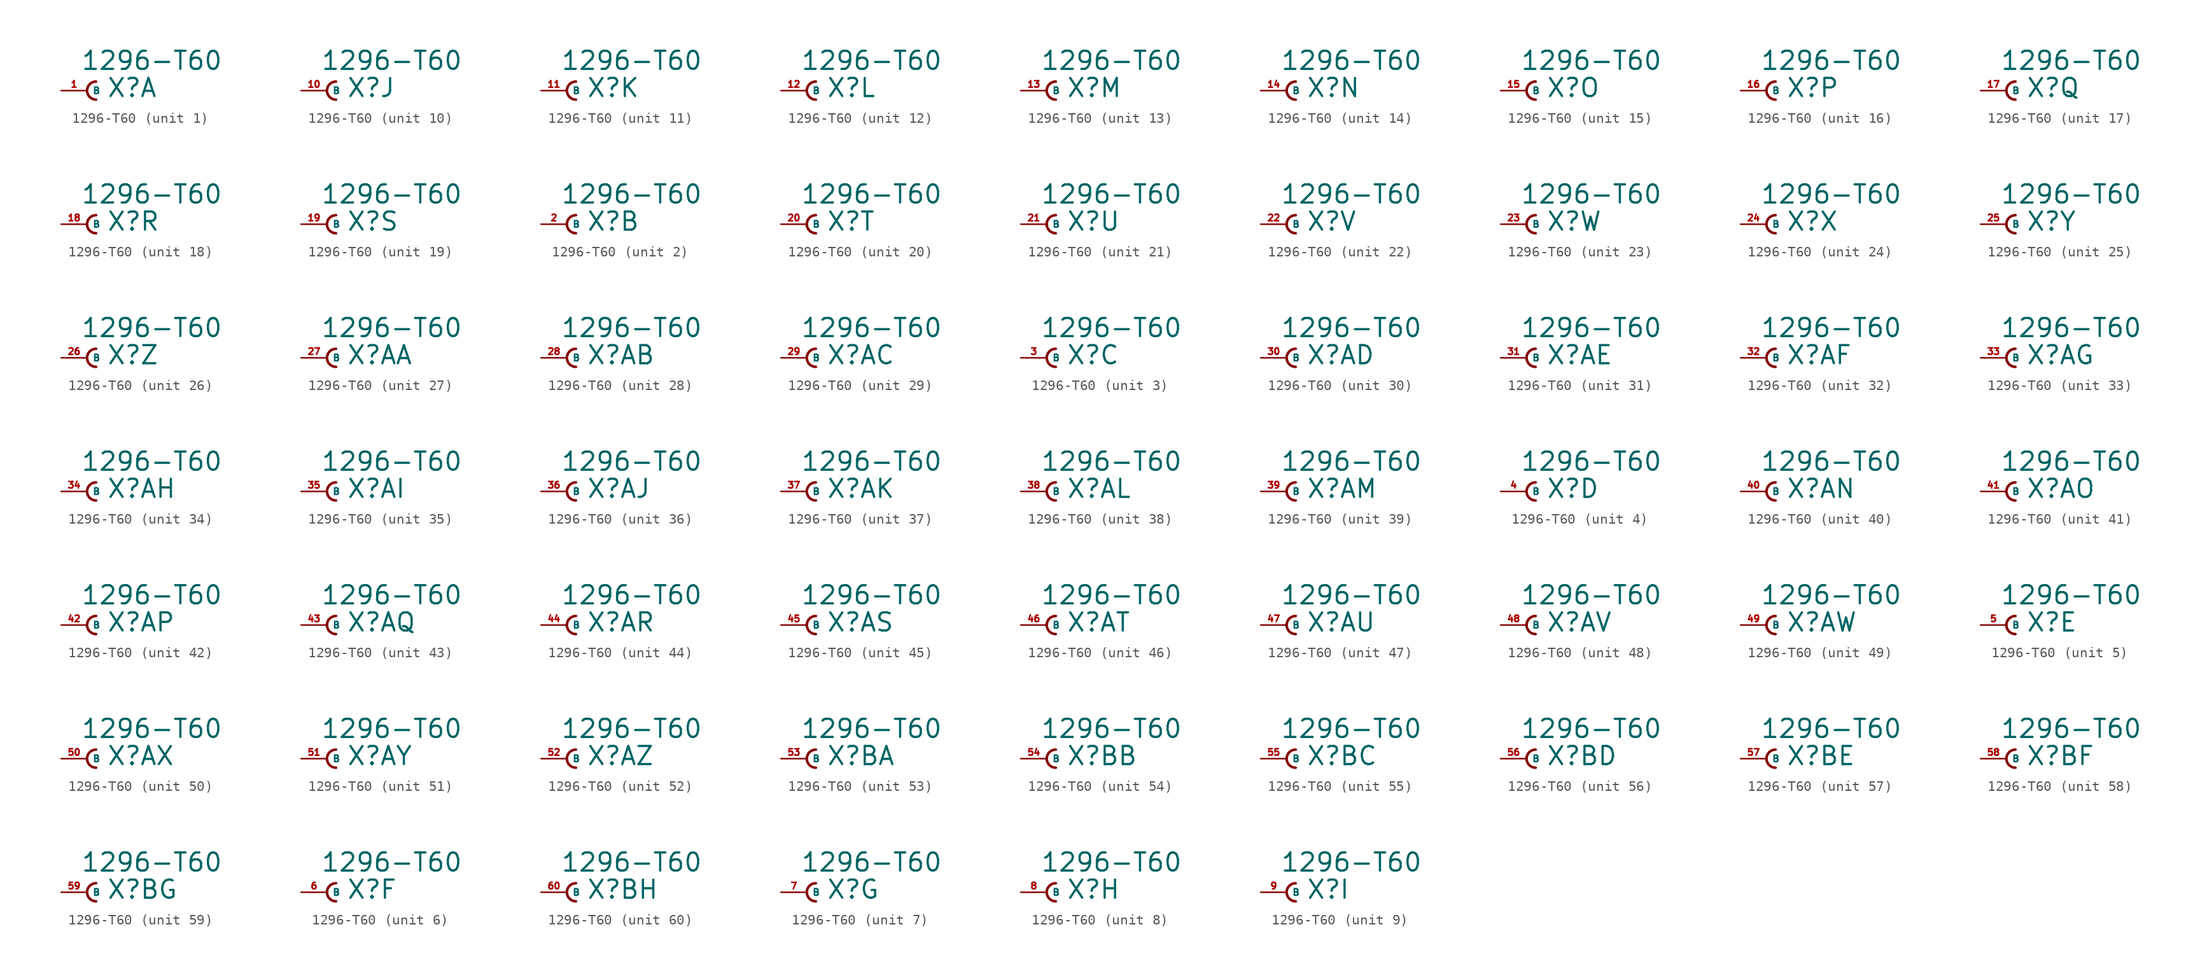
<source format=kicad_sym>
(kicad_symbol_lib
  (version 20220914)
  (generator Eagle2Kicad)
  (symbol "1296-T60"
    (property "Reference" "X"
      (at 1.905 -0.762 0)
      (effects (font (size 1.778 1.778) (thickness 0.22)) (justify left bottom)))
    (property "Value" "1296-T60"
      (at -0.635 1.905 0)
      (effects (font (size 1.778 1.778) (thickness 0.22)) (justify left bottom)))
    (symbol "1296-T60_1_0"
      (arc (start 0.889 0.889) (mid 0.000 0.000) (end 0.889 -0.889) (stroke (width 0.254) (type default)) (fill (type none)))
      (pin passive line (at -2.54 0 0) (length 2.54) (name "B" (effects (font (size 0.635 0.635) (thickness 0.08)) (justify left bottom))) (number "1" (effects (font (size 0.635 0.635) (thickness 0.08)) (justify left bottom)))))
    (symbol "1296-T60_2_0"
      (arc (start 0.889 0.889) (mid 0.000 0.000) (end 0.889 -0.889) (stroke (width 0.254) (type default)) (fill (type none)))
      (pin passive line (at -2.54 0 0) (length 2.54) (name "B" (effects (font (size 0.635 0.635) (thickness 0.08)) (justify left bottom))) (number "2" (effects (font (size 0.635 0.635) (thickness 0.08)) (justify left bottom)))))
    (symbol "1296-T60_3_0"
      (arc (start 0.889 0.889) (mid 0.000 0.000) (end 0.889 -0.889) (stroke (width 0.254) (type default)) (fill (type none)))
      (pin passive line (at -2.54 0 0) (length 2.54) (name "B" (effects (font (size 0.635 0.635) (thickness 0.08)) (justify left bottom))) (number "3" (effects (font (size 0.635 0.635) (thickness 0.08)) (justify left bottom)))))
    (symbol "1296-T60_4_0"
      (arc (start 0.889 0.889) (mid 0.000 0.000) (end 0.889 -0.889) (stroke (width 0.254) (type default)) (fill (type none)))
      (pin passive line (at -2.54 0 0) (length 2.54) (name "B" (effects (font (size 0.635 0.635) (thickness 0.08)) (justify left bottom))) (number "4" (effects (font (size 0.635 0.635) (thickness 0.08)) (justify left bottom)))))
    (symbol "1296-T60_5_0"
      (arc (start 0.889 0.889) (mid 0.000 0.000) (end 0.889 -0.889) (stroke (width 0.254) (type default)) (fill (type none)))
      (pin passive line (at -2.54 0 0) (length 2.54) (name "B" (effects (font (size 0.635 0.635) (thickness 0.08)) (justify left bottom))) (number "5" (effects (font (size 0.635 0.635) (thickness 0.08)) (justify left bottom)))))
    (symbol "1296-T60_6_0"
      (arc (start 0.889 0.889) (mid 0.000 0.000) (end 0.889 -0.889) (stroke (width 0.254) (type default)) (fill (type none)))
      (pin passive line (at -2.54 0 0) (length 2.54) (name "B" (effects (font (size 0.635 0.635) (thickness 0.08)) (justify left bottom))) (number "6" (effects (font (size 0.635 0.635) (thickness 0.08)) (justify left bottom)))))
    (symbol "1296-T60_7_0"
      (arc (start 0.889 0.889) (mid 0.000 0.000) (end 0.889 -0.889) (stroke (width 0.254) (type default)) (fill (type none)))
      (pin passive line (at -2.54 0 0) (length 2.54) (name "B" (effects (font (size 0.635 0.635) (thickness 0.08)) (justify left bottom))) (number "7" (effects (font (size 0.635 0.635) (thickness 0.08)) (justify left bottom)))))
    (symbol "1296-T60_8_0"
      (arc (start 0.889 0.889) (mid 0.000 0.000) (end 0.889 -0.889) (stroke (width 0.254) (type default)) (fill (type none)))
      (pin passive line (at -2.54 0 0) (length 2.54) (name "B" (effects (font (size 0.635 0.635) (thickness 0.08)) (justify left bottom))) (number "8" (effects (font (size 0.635 0.635) (thickness 0.08)) (justify left bottom)))))
    (symbol "1296-T60_9_0"
      (arc (start 0.889 0.889) (mid 0.000 0.000) (end 0.889 -0.889) (stroke (width 0.254) (type default)) (fill (type none)))
      (pin passive line (at -2.54 0 0) (length 2.54) (name "B" (effects (font (size 0.635 0.635) (thickness 0.08)) (justify left bottom))) (number "9" (effects (font (size 0.635 0.635) (thickness 0.08)) (justify left bottom)))))
    (symbol "1296-T60_10_0"
      (arc (start 0.889 0.889) (mid 0.000 0.000) (end 0.889 -0.889) (stroke (width 0.254) (type default)) (fill (type none)))
      (pin passive line (at -2.54 0 0) (length 2.54) (name "B" (effects (font (size 0.635 0.635) (thickness 0.08)) (justify left bottom))) (number "10" (effects (font (size 0.635 0.635) (thickness 0.08)) (justify left bottom)))))
    (symbol "1296-T60_11_0"
      (arc (start 0.889 0.889) (mid 0.000 0.000) (end 0.889 -0.889) (stroke (width 0.254) (type default)) (fill (type none)))
      (pin passive line (at -2.54 0 0) (length 2.54) (name "B" (effects (font (size 0.635 0.635) (thickness 0.08)) (justify left bottom))) (number "11" (effects (font (size 0.635 0.635) (thickness 0.08)) (justify left bottom)))))
    (symbol "1296-T60_12_0"
      (arc (start 0.889 0.889) (mid 0.000 0.000) (end 0.889 -0.889) (stroke (width 0.254) (type default)) (fill (type none)))
      (pin passive line (at -2.54 0 0) (length 2.54) (name "B" (effects (font (size 0.635 0.635) (thickness 0.08)) (justify left bottom))) (number "12" (effects (font (size 0.635 0.635) (thickness 0.08)) (justify left bottom)))))
    (symbol "1296-T60_13_0"
      (arc (start 0.889 0.889) (mid 0.000 0.000) (end 0.889 -0.889) (stroke (width 0.254) (type default)) (fill (type none)))
      (pin passive line (at -2.54 0 0) (length 2.54) (name "B" (effects (font (size 0.635 0.635) (thickness 0.08)) (justify left bottom))) (number "13" (effects (font (size 0.635 0.635) (thickness 0.08)) (justify left bottom)))))
    (symbol "1296-T60_14_0"
      (arc (start 0.889 0.889) (mid 0.000 0.000) (end 0.889 -0.889) (stroke (width 0.254) (type default)) (fill (type none)))
      (pin passive line (at -2.54 0 0) (length 2.54) (name "B" (effects (font (size 0.635 0.635) (thickness 0.08)) (justify left bottom))) (number "14" (effects (font (size 0.635 0.635) (thickness 0.08)) (justify left bottom)))))
    (symbol "1296-T60_15_0"
      (arc (start 0.889 0.889) (mid 0.000 0.000) (end 0.889 -0.889) (stroke (width 0.254) (type default)) (fill (type none)))
      (pin passive line (at -2.54 0 0) (length 2.54) (name "B" (effects (font (size 0.635 0.635) (thickness 0.08)) (justify left bottom))) (number "15" (effects (font (size 0.635 0.635) (thickness 0.08)) (justify left bottom)))))
    (symbol "1296-T60_16_0"
      (arc (start 0.889 0.889) (mid 0.000 0.000) (end 0.889 -0.889) (stroke (width 0.254) (type default)) (fill (type none)))
      (pin passive line (at -2.54 0 0) (length 2.54) (name "B" (effects (font (size 0.635 0.635) (thickness 0.08)) (justify left bottom))) (number "16" (effects (font (size 0.635 0.635) (thickness 0.08)) (justify left bottom)))))
    (symbol "1296-T60_17_0"
      (arc (start 0.889 0.889) (mid 0.000 0.000) (end 0.889 -0.889) (stroke (width 0.254) (type default)) (fill (type none)))
      (pin passive line (at -2.54 0 0) (length 2.54) (name "B" (effects (font (size 0.635 0.635) (thickness 0.08)) (justify left bottom))) (number "17" (effects (font (size 0.635 0.635) (thickness 0.08)) (justify left bottom)))))
    (symbol "1296-T60_18_0"
      (arc (start 0.889 0.889) (mid 0.000 0.000) (end 0.889 -0.889) (stroke (width 0.254) (type default)) (fill (type none)))
      (pin passive line (at -2.54 0 0) (length 2.54) (name "B" (effects (font (size 0.635 0.635) (thickness 0.08)) (justify left bottom))) (number "18" (effects (font (size 0.635 0.635) (thickness 0.08)) (justify left bottom)))))
    (symbol "1296-T60_19_0"
      (arc (start 0.889 0.889) (mid 0.000 0.000) (end 0.889 -0.889) (stroke (width 0.254) (type default)) (fill (type none)))
      (pin passive line (at -2.54 0 0) (length 2.54) (name "B" (effects (font (size 0.635 0.635) (thickness 0.08)) (justify left bottom))) (number "19" (effects (font (size 0.635 0.635) (thickness 0.08)) (justify left bottom)))))
    (symbol "1296-T60_20_0"
      (arc (start 0.889 0.889) (mid 0.000 0.000) (end 0.889 -0.889) (stroke (width 0.254) (type default)) (fill (type none)))
      (pin passive line (at -2.54 0 0) (length 2.54) (name "B" (effects (font (size 0.635 0.635) (thickness 0.08)) (justify left bottom))) (number "20" (effects (font (size 0.635 0.635) (thickness 0.08)) (justify left bottom)))))
    (symbol "1296-T60_21_0"
      (arc (start 0.889 0.889) (mid 0.000 0.000) (end 0.889 -0.889) (stroke (width 0.254) (type default)) (fill (type none)))
      (pin passive line (at -2.54 0 0) (length 2.54) (name "B" (effects (font (size 0.635 0.635) (thickness 0.08)) (justify left bottom))) (number "21" (effects (font (size 0.635 0.635) (thickness 0.08)) (justify left bottom)))))
    (symbol "1296-T60_22_0"
      (arc (start 0.889 0.889) (mid 0.000 0.000) (end 0.889 -0.889) (stroke (width 0.254) (type default)) (fill (type none)))
      (pin passive line (at -2.54 0 0) (length 2.54) (name "B" (effects (font (size 0.635 0.635) (thickness 0.08)) (justify left bottom))) (number "22" (effects (font (size 0.635 0.635) (thickness 0.08)) (justify left bottom)))))
    (symbol "1296-T60_23_0"
      (arc (start 0.889 0.889) (mid 0.000 0.000) (end 0.889 -0.889) (stroke (width 0.254) (type default)) (fill (type none)))
      (pin passive line (at -2.54 0 0) (length 2.54) (name "B" (effects (font (size 0.635 0.635) (thickness 0.08)) (justify left bottom))) (number "23" (effects (font (size 0.635 0.635) (thickness 0.08)) (justify left bottom)))))
    (symbol "1296-T60_24_0"
      (arc (start 0.889 0.889) (mid 0.000 0.000) (end 0.889 -0.889) (stroke (width 0.254) (type default)) (fill (type none)))
      (pin passive line (at -2.54 0 0) (length 2.54) (name "B" (effects (font (size 0.635 0.635) (thickness 0.08)) (justify left bottom))) (number "24" (effects (font (size 0.635 0.635) (thickness 0.08)) (justify left bottom)))))
    (symbol "1296-T60_25_0"
      (arc (start 0.889 0.889) (mid 0.000 0.000) (end 0.889 -0.889) (stroke (width 0.254) (type default)) (fill (type none)))
      (pin passive line (at -2.54 0 0) (length 2.54) (name "B" (effects (font (size 0.635 0.635) (thickness 0.08)) (justify left bottom))) (number "25" (effects (font (size 0.635 0.635) (thickness 0.08)) (justify left bottom)))))
    (symbol "1296-T60_26_0"
      (arc (start 0.889 0.889) (mid 0.000 0.000) (end 0.889 -0.889) (stroke (width 0.254) (type default)) (fill (type none)))
      (pin passive line (at -2.54 0 0) (length 2.54) (name "B" (effects (font (size 0.635 0.635) (thickness 0.08)) (justify left bottom))) (number "26" (effects (font (size 0.635 0.635) (thickness 0.08)) (justify left bottom)))))
    (symbol "1296-T60_27_0"
      (arc (start 0.889 0.889) (mid 0.000 0.000) (end 0.889 -0.889) (stroke (width 0.254) (type default)) (fill (type none)))
      (pin passive line (at -2.54 0 0) (length 2.54) (name "B" (effects (font (size 0.635 0.635) (thickness 0.08)) (justify left bottom))) (number "27" (effects (font (size 0.635 0.635) (thickness 0.08)) (justify left bottom)))))
    (symbol "1296-T60_28_0"
      (arc (start 0.889 0.889) (mid 0.000 0.000) (end 0.889 -0.889) (stroke (width 0.254) (type default)) (fill (type none)))
      (pin passive line (at -2.54 0 0) (length 2.54) (name "B" (effects (font (size 0.635 0.635) (thickness 0.08)) (justify left bottom))) (number "28" (effects (font (size 0.635 0.635) (thickness 0.08)) (justify left bottom)))))
    (symbol "1296-T60_29_0"
      (arc (start 0.889 0.889) (mid 0.000 0.000) (end 0.889 -0.889) (stroke (width 0.254) (type default)) (fill (type none)))
      (pin passive line (at -2.54 0 0) (length 2.54) (name "B" (effects (font (size 0.635 0.635) (thickness 0.08)) (justify left bottom))) (number "29" (effects (font (size 0.635 0.635) (thickness 0.08)) (justify left bottom)))))
    (symbol "1296-T60_30_0"
      (arc (start 0.889 0.889) (mid 0.000 0.000) (end 0.889 -0.889) (stroke (width 0.254) (type default)) (fill (type none)))
      (pin passive line (at -2.54 0 0) (length 2.54) (name "B" (effects (font (size 0.635 0.635) (thickness 0.08)) (justify left bottom))) (number "30" (effects (font (size 0.635 0.635) (thickness 0.08)) (justify left bottom)))))
    (symbol "1296-T60_31_0"
      (arc (start 0.889 0.889) (mid 0.000 0.000) (end 0.889 -0.889) (stroke (width 0.254) (type default)) (fill (type none)))
      (pin passive line (at -2.54 0 0) (length 2.54) (name "B" (effects (font (size 0.635 0.635) (thickness 0.08)) (justify left bottom))) (number "31" (effects (font (size 0.635 0.635) (thickness 0.08)) (justify left bottom)))))
    (symbol "1296-T60_32_0"
      (arc (start 0.889 0.889) (mid 0.000 0.000) (end 0.889 -0.889) (stroke (width 0.254) (type default)) (fill (type none)))
      (pin passive line (at -2.54 0 0) (length 2.54) (name "B" (effects (font (size 0.635 0.635) (thickness 0.08)) (justify left bottom))) (number "32" (effects (font (size 0.635 0.635) (thickness 0.08)) (justify left bottom)))))
    (symbol "1296-T60_33_0"
      (arc (start 0.889 0.889) (mid 0.000 0.000) (end 0.889 -0.889) (stroke (width 0.254) (type default)) (fill (type none)))
      (pin passive line (at -2.54 0 0) (length 2.54) (name "B" (effects (font (size 0.635 0.635) (thickness 0.08)) (justify left bottom))) (number "33" (effects (font (size 0.635 0.635) (thickness 0.08)) (justify left bottom)))))
    (symbol "1296-T60_34_0"
      (arc (start 0.889 0.889) (mid 0.000 0.000) (end 0.889 -0.889) (stroke (width 0.254) (type default)) (fill (type none)))
      (pin passive line (at -2.54 0 0) (length 2.54) (name "B" (effects (font (size 0.635 0.635) (thickness 0.08)) (justify left bottom))) (number "34" (effects (font (size 0.635 0.635) (thickness 0.08)) (justify left bottom)))))
    (symbol "1296-T60_35_0"
      (arc (start 0.889 0.889) (mid 0.000 0.000) (end 0.889 -0.889) (stroke (width 0.254) (type default)) (fill (type none)))
      (pin passive line (at -2.54 0 0) (length 2.54) (name "B" (effects (font (size 0.635 0.635) (thickness 0.08)) (justify left bottom))) (number "35" (effects (font (size 0.635 0.635) (thickness 0.08)) (justify left bottom)))))
    (symbol "1296-T60_36_0"
      (arc (start 0.889 0.889) (mid 0.000 0.000) (end 0.889 -0.889) (stroke (width 0.254) (type default)) (fill (type none)))
      (pin passive line (at -2.54 0 0) (length 2.54) (name "B" (effects (font (size 0.635 0.635) (thickness 0.08)) (justify left bottom))) (number "36" (effects (font (size 0.635 0.635) (thickness 0.08)) (justify left bottom)))))
    (symbol "1296-T60_37_0"
      (arc (start 0.889 0.889) (mid 0.000 0.000) (end 0.889 -0.889) (stroke (width 0.254) (type default)) (fill (type none)))
      (pin passive line (at -2.54 0 0) (length 2.54) (name "B" (effects (font (size 0.635 0.635) (thickness 0.08)) (justify left bottom))) (number "37" (effects (font (size 0.635 0.635) (thickness 0.08)) (justify left bottom)))))
    (symbol "1296-T60_38_0"
      (arc (start 0.889 0.889) (mid 0.000 0.000) (end 0.889 -0.889) (stroke (width 0.254) (type default)) (fill (type none)))
      (pin passive line (at -2.54 0 0) (length 2.54) (name "B" (effects (font (size 0.635 0.635) (thickness 0.08)) (justify left bottom))) (number "38" (effects (font (size 0.635 0.635) (thickness 0.08)) (justify left bottom)))))
    (symbol "1296-T60_39_0"
      (arc (start 0.889 0.889) (mid 0.000 0.000) (end 0.889 -0.889) (stroke (width 0.254) (type default)) (fill (type none)))
      (pin passive line (at -2.54 0 0) (length 2.54) (name "B" (effects (font (size 0.635 0.635) (thickness 0.08)) (justify left bottom))) (number "39" (effects (font (size 0.635 0.635) (thickness 0.08)) (justify left bottom)))))
    (symbol "1296-T60_40_0"
      (arc (start 0.889 0.889) (mid 0.000 0.000) (end 0.889 -0.889) (stroke (width 0.254) (type default)) (fill (type none)))
      (pin passive line (at -2.54 0 0) (length 2.54) (name "B" (effects (font (size 0.635 0.635) (thickness 0.08)) (justify left bottom))) (number "40" (effects (font (size 0.635 0.635) (thickness 0.08)) (justify left bottom)))))
    (symbol "1296-T60_41_0"
      (arc (start 0.889 0.889) (mid 0.000 0.000) (end 0.889 -0.889) (stroke (width 0.254) (type default)) (fill (type none)))
      (pin passive line (at -2.54 0 0) (length 2.54) (name "B" (effects (font (size 0.635 0.635) (thickness 0.08)) (justify left bottom))) (number "41" (effects (font (size 0.635 0.635) (thickness 0.08)) (justify left bottom)))))
    (symbol "1296-T60_42_0"
      (arc (start 0.889 0.889) (mid 0.000 0.000) (end 0.889 -0.889) (stroke (width 0.254) (type default)) (fill (type none)))
      (pin passive line (at -2.54 0 0) (length 2.54) (name "B" (effects (font (size 0.635 0.635) (thickness 0.08)) (justify left bottom))) (number "42" (effects (font (size 0.635 0.635) (thickness 0.08)) (justify left bottom)))))
    (symbol "1296-T60_43_0"
      (arc (start 0.889 0.889) (mid 0.000 0.000) (end 0.889 -0.889) (stroke (width 0.254) (type default)) (fill (type none)))
      (pin passive line (at -2.54 0 0) (length 2.54) (name "B" (effects (font (size 0.635 0.635) (thickness 0.08)) (justify left bottom))) (number "43" (effects (font (size 0.635 0.635) (thickness 0.08)) (justify left bottom)))))
    (symbol "1296-T60_44_0"
      (arc (start 0.889 0.889) (mid 0.000 0.000) (end 0.889 -0.889) (stroke (width 0.254) (type default)) (fill (type none)))
      (pin passive line (at -2.54 0 0) (length 2.54) (name "B" (effects (font (size 0.635 0.635) (thickness 0.08)) (justify left bottom))) (number "44" (effects (font (size 0.635 0.635) (thickness 0.08)) (justify left bottom)))))
    (symbol "1296-T60_45_0"
      (arc (start 0.889 0.889) (mid 0.000 0.000) (end 0.889 -0.889) (stroke (width 0.254) (type default)) (fill (type none)))
      (pin passive line (at -2.54 0 0) (length 2.54) (name "B" (effects (font (size 0.635 0.635) (thickness 0.08)) (justify left bottom))) (number "45" (effects (font (size 0.635 0.635) (thickness 0.08)) (justify left bottom)))))
    (symbol "1296-T60_46_0"
      (arc (start 0.889 0.889) (mid 0.000 0.000) (end 0.889 -0.889) (stroke (width 0.254) (type default)) (fill (type none)))
      (pin passive line (at -2.54 0 0) (length 2.54) (name "B" (effects (font (size 0.635 0.635) (thickness 0.08)) (justify left bottom))) (number "46" (effects (font (size 0.635 0.635) (thickness 0.08)) (justify left bottom)))))
    (symbol "1296-T60_47_0"
      (arc (start 0.889 0.889) (mid 0.000 0.000) (end 0.889 -0.889) (stroke (width 0.254) (type default)) (fill (type none)))
      (pin passive line (at -2.54 0 0) (length 2.54) (name "B" (effects (font (size 0.635 0.635) (thickness 0.08)) (justify left bottom))) (number "47" (effects (font (size 0.635 0.635) (thickness 0.08)) (justify left bottom)))))
    (symbol "1296-T60_48_0"
      (arc (start 0.889 0.889) (mid 0.000 0.000) (end 0.889 -0.889) (stroke (width 0.254) (type default)) (fill (type none)))
      (pin passive line (at -2.54 0 0) (length 2.54) (name "B" (effects (font (size 0.635 0.635) (thickness 0.08)) (justify left bottom))) (number "48" (effects (font (size 0.635 0.635) (thickness 0.08)) (justify left bottom)))))
    (symbol "1296-T60_49_0"
      (arc (start 0.889 0.889) (mid 0.000 0.000) (end 0.889 -0.889) (stroke (width 0.254) (type default)) (fill (type none)))
      (pin passive line (at -2.54 0 0) (length 2.54) (name "B" (effects (font (size 0.635 0.635) (thickness 0.08)) (justify left bottom))) (number "49" (effects (font (size 0.635 0.635) (thickness 0.08)) (justify left bottom)))))
    (symbol "1296-T60_50_0"
      (arc (start 0.889 0.889) (mid 0.000 0.000) (end 0.889 -0.889) (stroke (width 0.254) (type default)) (fill (type none)))
      (pin passive line (at -2.54 0 0) (length 2.54) (name "B" (effects (font (size 0.635 0.635) (thickness 0.08)) (justify left bottom))) (number "50" (effects (font (size 0.635 0.635) (thickness 0.08)) (justify left bottom)))))
    (symbol "1296-T60_51_0"
      (arc (start 0.889 0.889) (mid 0.000 0.000) (end 0.889 -0.889) (stroke (width 0.254) (type default)) (fill (type none)))
      (pin passive line (at -2.54 0 0) (length 2.54) (name "B" (effects (font (size 0.635 0.635) (thickness 0.08)) (justify left bottom))) (number "51" (effects (font (size 0.635 0.635) (thickness 0.08)) (justify left bottom)))))
    (symbol "1296-T60_52_0"
      (arc (start 0.889 0.889) (mid 0.000 0.000) (end 0.889 -0.889) (stroke (width 0.254) (type default)) (fill (type none)))
      (pin passive line (at -2.54 0 0) (length 2.54) (name "B" (effects (font (size 0.635 0.635) (thickness 0.08)) (justify left bottom))) (number "52" (effects (font (size 0.635 0.635) (thickness 0.08)) (justify left bottom)))))
    (symbol "1296-T60_53_0"
      (arc (start 0.889 0.889) (mid 0.000 0.000) (end 0.889 -0.889) (stroke (width 0.254) (type default)) (fill (type none)))
      (pin passive line (at -2.54 0 0) (length 2.54) (name "B" (effects (font (size 0.635 0.635) (thickness 0.08)) (justify left bottom))) (number "53" (effects (font (size 0.635 0.635) (thickness 0.08)) (justify left bottom)))))
    (symbol "1296-T60_54_0"
      (arc (start 0.889 0.889) (mid 0.000 0.000) (end 0.889 -0.889) (stroke (width 0.254) (type default)) (fill (type none)))
      (pin passive line (at -2.54 0 0) (length 2.54) (name "B" (effects (font (size 0.635 0.635) (thickness 0.08)) (justify left bottom))) (number "54" (effects (font (size 0.635 0.635) (thickness 0.08)) (justify left bottom)))))
    (symbol "1296-T60_55_0"
      (arc (start 0.889 0.889) (mid 0.000 0.000) (end 0.889 -0.889) (stroke (width 0.254) (type default)) (fill (type none)))
      (pin passive line (at -2.54 0 0) (length 2.54) (name "B" (effects (font (size 0.635 0.635) (thickness 0.08)) (justify left bottom))) (number "55" (effects (font (size 0.635 0.635) (thickness 0.08)) (justify left bottom)))))
    (symbol "1296-T60_56_0"
      (arc (start 0.889 0.889) (mid 0.000 0.000) (end 0.889 -0.889) (stroke (width 0.254) (type default)) (fill (type none)))
      (pin passive line (at -2.54 0 0) (length 2.54) (name "B" (effects (font (size 0.635 0.635) (thickness 0.08)) (justify left bottom))) (number "56" (effects (font (size 0.635 0.635) (thickness 0.08)) (justify left bottom)))))
    (symbol "1296-T60_57_0"
      (arc (start 0.889 0.889) (mid 0.000 0.000) (end 0.889 -0.889) (stroke (width 0.254) (type default)) (fill (type none)))
      (pin passive line (at -2.54 0 0) (length 2.54) (name "B" (effects (font (size 0.635 0.635) (thickness 0.08)) (justify left bottom))) (number "57" (effects (font (size 0.635 0.635) (thickness 0.08)) (justify left bottom)))))
    (symbol "1296-T60_58_0"
      (arc (start 0.889 0.889) (mid 0.000 0.000) (end 0.889 -0.889) (stroke (width 0.254) (type default)) (fill (type none)))
      (pin passive line (at -2.54 0 0) (length 2.54) (name "B" (effects (font (size 0.635 0.635) (thickness 0.08)) (justify left bottom))) (number "58" (effects (font (size 0.635 0.635) (thickness 0.08)) (justify left bottom)))))
    (symbol "1296-T60_59_0"
      (arc (start 0.889 0.889) (mid 0.000 0.000) (end 0.889 -0.889) (stroke (width 0.254) (type default)) (fill (type none)))
      (pin passive line (at -2.54 0 0) (length 2.54) (name "B" (effects (font (size 0.635 0.635) (thickness 0.08)) (justify left bottom))) (number "59" (effects (font (size 0.635 0.635) (thickness 0.08)) (justify left bottom)))))
    (symbol "1296-T60_60_0"
      (arc (start 0.889 0.889) (mid 0.000 0.000) (end 0.889 -0.889) (stroke (width 0.254) (type default)) (fill (type none)))
      (pin passive line (at -2.54 0 0) (length 2.54) (name "B" (effects (font (size 0.635 0.635) (thickness 0.08)) (justify left bottom))) (number "60" (effects (font (size 0.635 0.635) (thickness 0.08)) (justify left bottom)))))))
</source>
